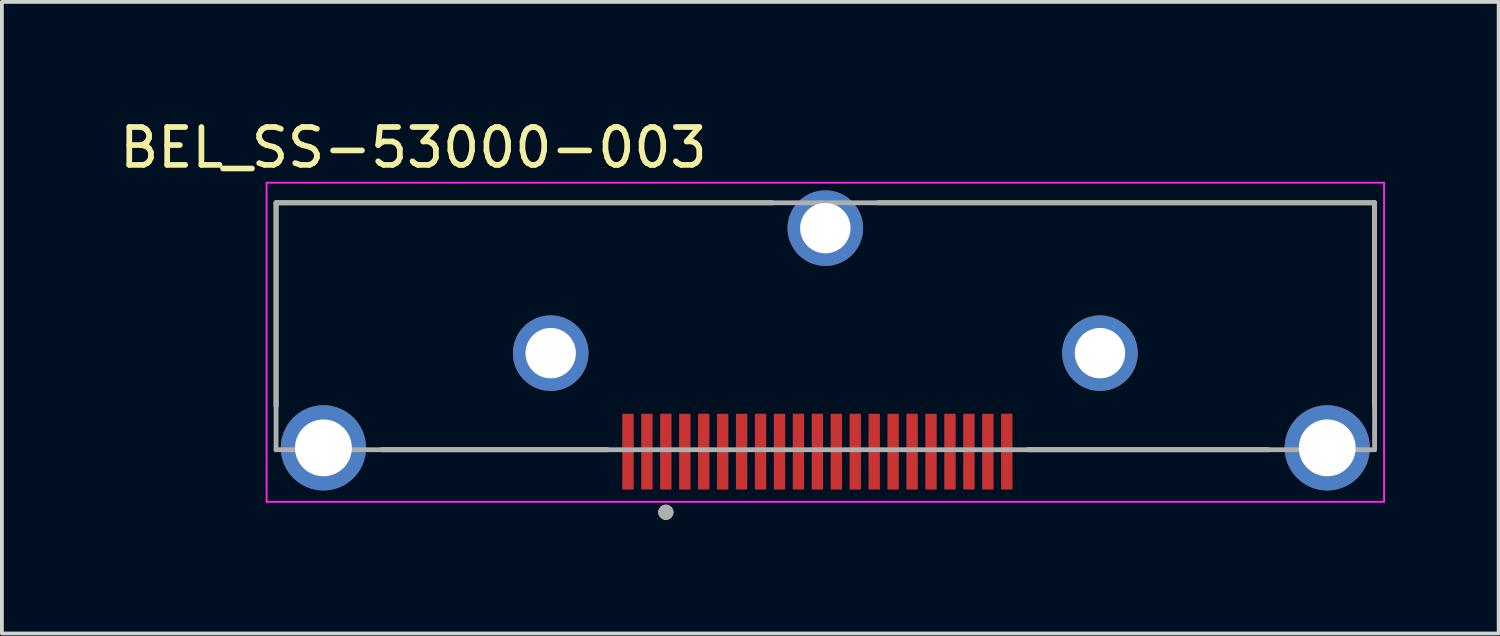
<source format=kicad_pcb>
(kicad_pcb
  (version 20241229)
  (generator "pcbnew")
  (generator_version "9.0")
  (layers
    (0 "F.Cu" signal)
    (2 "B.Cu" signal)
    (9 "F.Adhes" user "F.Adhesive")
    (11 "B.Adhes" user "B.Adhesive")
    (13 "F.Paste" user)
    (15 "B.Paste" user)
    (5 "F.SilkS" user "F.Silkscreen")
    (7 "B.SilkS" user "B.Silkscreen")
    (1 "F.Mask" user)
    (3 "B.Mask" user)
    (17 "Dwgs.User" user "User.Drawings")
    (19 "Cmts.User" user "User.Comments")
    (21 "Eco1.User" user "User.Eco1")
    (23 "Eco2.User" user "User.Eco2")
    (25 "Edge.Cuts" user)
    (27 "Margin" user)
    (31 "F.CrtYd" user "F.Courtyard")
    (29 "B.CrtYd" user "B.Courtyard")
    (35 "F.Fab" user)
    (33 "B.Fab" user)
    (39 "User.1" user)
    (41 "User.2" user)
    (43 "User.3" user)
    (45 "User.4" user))
  (footprint "BEL_SS-53000-003"
    (layer "F.Cu")
    (at 18.738 8.873)
    (property "Reference" "BEL_SS-53000-003" (at -10.875 -8.025 0) (layer "F.SilkS") (effects (font (size 1 1) (thickness 0.15))))
    (attr through_hole)
    (fp_line (start -14.5 -6.57) (end -1.4 -6.57) (stroke (width 0.127) (type solid)) (layer "F.SilkS"))
    (fp_line (start -14.5 -1.2) (end -14.5 -6.57) (stroke (width 0.127) (type solid)) (layer "F.SilkS"))
    (fp_line (start -11.7 -0.05) (end -5.75 -0.05) (stroke (width 0.127) (type solid)) (layer "F.SilkS"))
    (fp_line (start 1.4 -6.57) (end 14.5 -6.57) (stroke (width 0.127) (type solid)) (layer "F.SilkS"))
    (fp_line (start 5.35 -0.05) (end 11.7 -0.05) (stroke (width 0.127) (type solid)) (layer "F.SilkS"))
    (fp_line (start 14.5 -6.57) (end 14.5 -1.2) (stroke (width 0.127) (type solid)) (layer "F.SilkS"))
    (fp_circle (center -4.21 1.6) (end -4.11 1.6) (stroke (width 0.2) (type solid)) (fill no) (layer "F.SilkS"))
    (fp_line (start -14.75 -7.1) (end 14.75 -7.1) (stroke (width 0.05) (type solid)) (layer "F.CrtYd"))
    (fp_line (start -14.75 1.325) (end -14.75 -7.1) (stroke (width 0.05) (type solid)) (layer "F.CrtYd"))
    (fp_line (start 14.75 -7.1) (end 14.75 1.325) (stroke (width 0.05) (type solid)) (layer "F.CrtYd"))
    (fp_line (start 14.75 1.325) (end -14.75 1.325) (stroke (width 0.05) (type solid)) (layer "F.CrtYd"))
    (fp_line (start -14.5 -6.57) (end 14.5 -6.57) (stroke (width 0.127) (type solid)) (layer "F.Fab"))
    (fp_line (start -14.5 -0.05) (end -14.5 -6.57) (stroke (width 0.127) (type solid)) (layer "F.Fab"))
    (fp_line (start 14.5 -6.57) (end 14.5 -0.05) (stroke (width 0.127) (type solid)) (layer "F.Fab"))
    (fp_line (start 14.5 -0.05) (end -14.5 -0.05) (stroke (width 0.127) (type solid)) (layer "F.Fab"))
    (fp_circle (center -4.21 1.6) (end -4.11 1.6) (stroke (width 0.2) (type solid)) (fill no) (layer "F.Fab"))
    (pad "1" smd rect (at -4.21 0) (size 0.3 2) (layers "F.Cu" "F.Mask" "F.Paste"))
    (pad "2" smd rect (at -3.71 0) (size 0.3 2) (layers "F.Cu" "F.Mask" "F.Paste"))
    (pad "3" smd rect (at -3.21 0) (size 0.3 2) (layers "F.Cu" "F.Mask" "F.Paste"))
    (pad "4" smd rect (at -2.71 0) (size 0.3 2) (layers "F.Cu" "F.Mask" "F.Paste"))
    (pad "5" smd rect (at -2.21 0) (size 0.3 2) (layers "F.Cu" "F.Mask" "F.Paste"))
    (pad "6" smd rect (at -1.71 0) (size 0.3 2) (layers "F.Cu" "F.Mask" "F.Paste"))
    (pad "7" smd rect (at -1.21 0) (size 0.3 2) (layers "F.Cu" "F.Mask" "F.Paste"))
    (pad "8" smd rect (at -0.71 0) (size 0.3 2) (layers "F.Cu" "F.Mask" "F.Paste"))
    (pad "9" smd rect (at -0.21 0) (size 0.3 2) (layers "F.Cu" "F.Mask" "F.Paste"))
    (pad "10" smd rect (at 0.29 0) (size 0.3 2) (layers "F.Cu" "F.Mask" "F.Paste"))
    (pad "11" smd rect (at 0.79 0) (size 0.3 2) (layers "F.Cu" "F.Mask" "F.Paste"))
    (pad "12" smd rect (at 1.29 0) (size 0.3 2) (layers "F.Cu" "F.Mask" "F.Paste"))
    (pad "13" smd rect (at 1.79 0) (size 0.3 2) (layers "F.Cu" "F.Mask" "F.Paste"))
    (pad "14" smd rect (at 2.29 0) (size 0.3 2) (layers "F.Cu" "F.Mask" "F.Paste"))
    (pad "15" smd rect (at 2.79 0) (size 0.3 2) (layers "F.Cu" "F.Mask" "F.Paste"))
    (pad "16" smd rect (at 3.29 0) (size 0.3 2) (layers "F.Cu" "F.Mask" "F.Paste"))
    (pad "17" smd rect (at 3.79 0) (size 0.3 2) (layers "F.Cu" "F.Mask" "F.Paste"))
    (pad "18" smd rect (at 4.29 0) (size 0.3 2) (layers "F.Cu" "F.Mask" "F.Paste"))
    (pad "19" smd rect (at 4.79 0) (size 0.3 2) (layers "F.Cu" "F.Mask" "F.Paste"))
    (pad "G1" smd rect (at -5.21 0) (size 0.3 2) (layers "F.Cu" "F.Mask" "F.Paste"))
    (pad "G2" smd rect (at -4.71 0) (size 0.3 2) (layers "F.Cu" "F.Mask" "F.Paste"))
    (pad "S1" thru_hole circle (at -13.25 -0.1) (size 2.25 2.25) (drill 1.5) (layers "*.Cu" "*.Mask"))
    (pad "S2" thru_hole circle (at -7.25 -2.6) (size 1.995 1.995) (drill 1.33) (layers "*.Cu" "*.Mask"))
    (pad "S3" thru_hole circle (at 0 -5.9) (size 1.995 1.995) (drill 1.33) (layers "*.Cu" "*.Mask"))
    (pad "S4" thru_hole circle (at 7.25 -2.6) (size 1.995 1.995) (drill 1.33) (layers "*.Cu" "*.Mask"))
    (pad "S5" thru_hole circle (at 13.25 -0.1) (size 2.25 2.25) (drill 1.5) (layers "*.Cu" "*.Mask")))
  (gr_rect
    (start -3 -3)
    (end 36.513 13.673)
    (stroke (width 0.1) (type default))
    (fill no)
    (layer "Edge.Cuts")))
</source>
